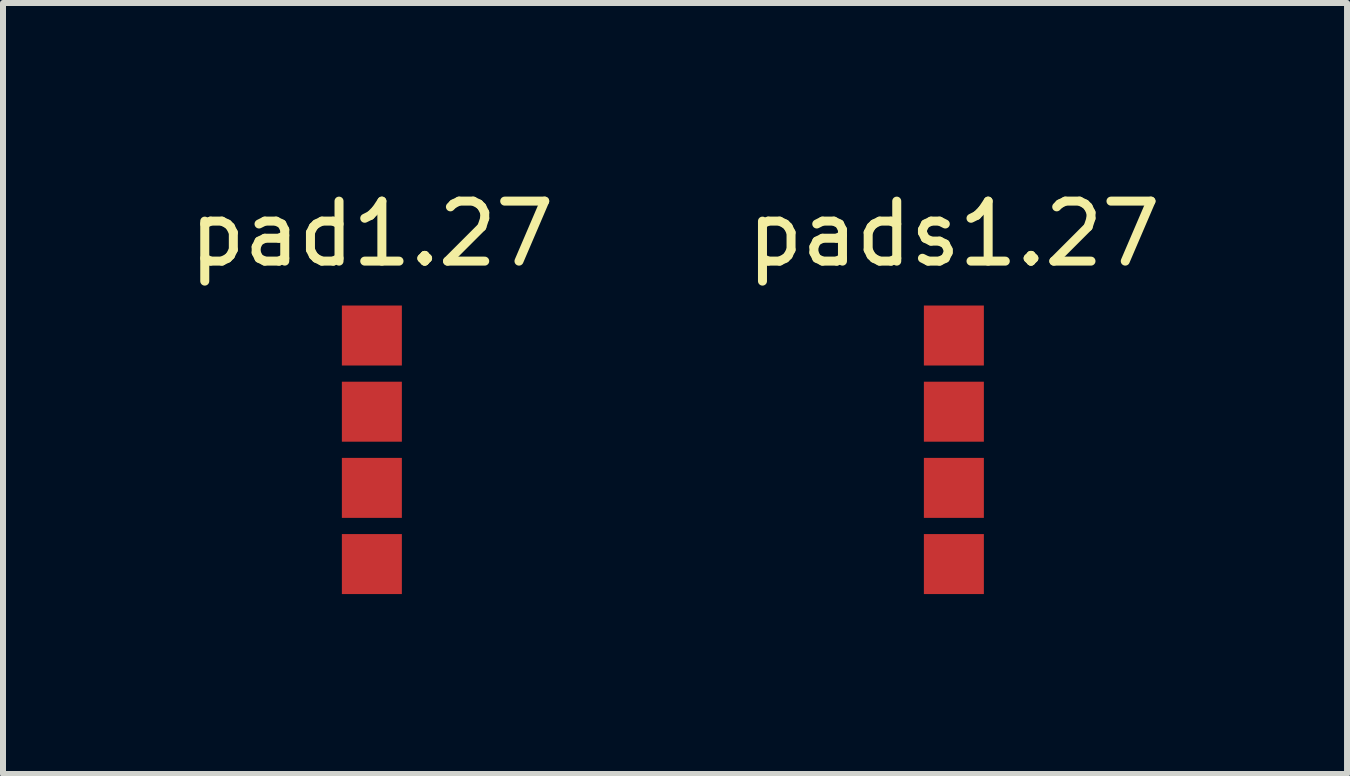
<source format=kicad_pcb>
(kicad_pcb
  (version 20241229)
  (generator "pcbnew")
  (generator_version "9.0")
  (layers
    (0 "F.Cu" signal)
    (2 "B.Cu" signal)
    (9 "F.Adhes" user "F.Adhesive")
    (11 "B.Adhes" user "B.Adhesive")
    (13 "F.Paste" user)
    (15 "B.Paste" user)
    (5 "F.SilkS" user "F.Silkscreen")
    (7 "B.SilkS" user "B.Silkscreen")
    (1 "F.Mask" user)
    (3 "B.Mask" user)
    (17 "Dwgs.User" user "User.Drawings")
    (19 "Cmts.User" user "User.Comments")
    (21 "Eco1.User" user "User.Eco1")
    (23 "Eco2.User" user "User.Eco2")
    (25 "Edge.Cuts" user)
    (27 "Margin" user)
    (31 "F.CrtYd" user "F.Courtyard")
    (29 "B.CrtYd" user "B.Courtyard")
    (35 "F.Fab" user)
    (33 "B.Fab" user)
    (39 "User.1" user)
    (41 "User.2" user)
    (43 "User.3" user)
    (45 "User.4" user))
  (footprint "pad1.27"
    (layer "F.Cu")
    (at 3.149 2.543)
    (property "Reference" "pad1.27" (at 0 -1.695 0) (layer "F.SilkS") (effects (font (size 1 1) (thickness 0.15))))
    (attr through_hole)
    (pad "1" smd rect (at 0 0) (size 1 1) (layers "F.Cu" "F.Mask" "F.Paste"))
    (pad "2" smd rect (at 0 1.27) (size 1 1) (layers "F.Cu" "F.Mask" "F.Paste"))
    (pad "3" smd rect (at 0 2.54) (size 1 1) (layers "F.Cu" "F.Mask" "F.Paste"))
    (pad "4" smd rect (at 0 3.81) (size 1 1) (layers "F.Cu" "F.Mask" "F.Paste")))
  (footprint "pads1.27"
    (layer "F.Cu")
    (at 12.851 2.543)
    (property "Reference" "pads1.27" (at 0 -1.695 0) (layer "F.SilkS") (effects (font (size 1 1) (thickness 0.15))))
    (attr through_hole)
    (pad "1" smd rect (at 0 0) (size 1 1) (layers "F.Cu" "F.Mask" "F.Paste"))
    (pad "2" smd rect (at 0 1.27) (size 1 1) (layers "F.Cu" "F.Mask" "F.Paste"))
    (pad "3" smd rect (at 0 2.54) (size 1 1) (layers "F.Cu" "F.Mask" "F.Paste"))
    (pad "4" smd rect (at 0 3.81) (size 1 1) (layers "F.Cu" "F.Mask" "F.Paste")))
  (gr_rect
    (start -3 -3)
    (end 19.405 9.853)
    (stroke (width 0.1) (type default))
    (fill no)
    (layer "Edge.Cuts")))
</source>
